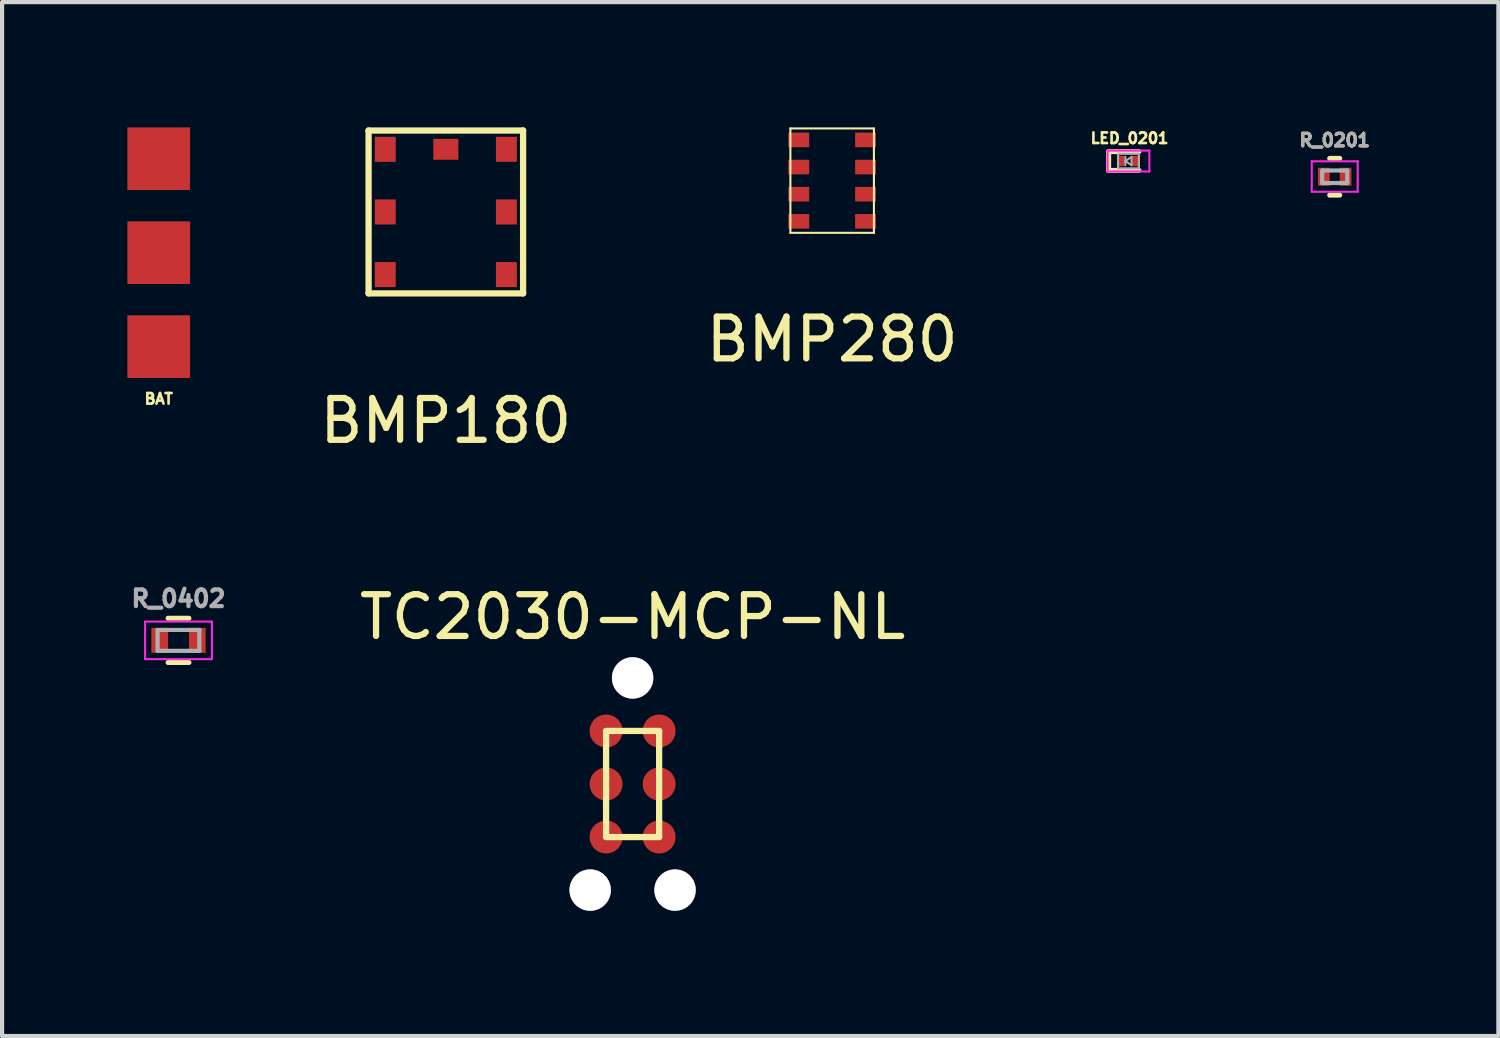
<source format=kicad_pcb>
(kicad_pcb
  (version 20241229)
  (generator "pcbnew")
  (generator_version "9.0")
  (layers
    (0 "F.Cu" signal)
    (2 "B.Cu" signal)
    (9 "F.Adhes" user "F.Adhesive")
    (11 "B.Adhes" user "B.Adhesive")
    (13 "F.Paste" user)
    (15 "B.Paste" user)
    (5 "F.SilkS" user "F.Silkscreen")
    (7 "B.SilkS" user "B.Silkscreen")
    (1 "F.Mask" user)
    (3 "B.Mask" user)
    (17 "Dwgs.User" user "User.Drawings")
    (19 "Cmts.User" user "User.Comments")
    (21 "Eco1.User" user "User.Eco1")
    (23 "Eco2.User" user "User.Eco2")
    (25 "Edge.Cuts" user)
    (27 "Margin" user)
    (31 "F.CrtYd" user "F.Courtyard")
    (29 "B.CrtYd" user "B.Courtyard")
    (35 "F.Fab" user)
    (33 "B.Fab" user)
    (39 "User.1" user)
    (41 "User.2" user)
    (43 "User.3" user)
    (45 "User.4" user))
  (footprint "TC2030-MCP-NL"
    (layer "F.Cu")
    (at 12.097 15.722)
    (property "Reference" "TC2030-MCP-NL" (at 0 -4 0) (layer "F.SilkS") (effects (font (size 1 1) (thickness 0.15))))
    (attr through_hole)
    (fp_line (start -0.635 -1.27) (end 0.635 -1.27) (stroke (width 0.15) (type solid)) (layer "F.SilkS"))
    (fp_line (start -0.635 1.27) (end -0.635 -1.27) (stroke (width 0.15) (type solid)) (layer "F.SilkS"))
    (fp_line (start 0.635 -1.27) (end 0.635 1.27) (stroke (width 0.15) (type solid)) (layer "F.SilkS"))
    (fp_line (start 0.635 1.27) (end -0.635 1.27) (stroke (width 0.15) (type solid)) (layer "F.SilkS"))
    (pad "" thru_hole circle (at -1.016 2.54) (size 0.991 0.991) (drill 0.991) (layers "*.Cu" "*.Mask"))
    (pad "" thru_hole circle (at 0 -2.54) (size 0.991 0.991) (drill 0.991) (layers "*.Cu" "*.Mask"))
    (pad "" thru_hole circle (at 1.016 2.54) (size 0.991 0.991) (drill 0.991) (layers "*.Cu" "*.Mask"))
    (pad "1" smd circle (at -0.635 -1.27) (size 0.787 0.787) (layers "F.Cu" "F.Mask" "F.Paste"))
    (pad "2" smd circle (at 0.635 -1.27) (size 0.787 0.787) (layers "F.Cu" "F.Mask" "F.Paste"))
    (pad "3" smd circle (at -0.635 0) (size 0.787 0.787) (layers "F.Cu" "F.Mask" "F.Paste"))
    (pad "4" smd circle (at 0.635 0) (size 0.787 0.787) (layers "F.Cu" "F.Mask" "F.Paste"))
    (pad "5" smd circle (at -0.635 1.27) (size 0.787 0.787) (layers "F.Cu" "F.Mask" "F.Paste"))
    (pad "6" smd circle (at 0.635 1.27) (size 0.787 0.787) (layers "F.Cu" "F.Mask" "F.Paste")))
  (footprint "R_0201"
    (layer "F.Cu")
    (at 28.908 1.182)
    (property "Reference" "R_0201" (at 0 -0.875 0) (layer "F.SilkS") (effects (font (size 0.3 0.3) (thickness 0.075))))
    (attr smd)
    (fp_line (start -0.12 0.44) (end 0.12 0.44) (stroke (width 0.12) (type solid)) (layer "F.SilkS"))
    (fp_line (start 0.12 -0.44) (end -0.12 -0.44) (stroke (width 0.12) (type solid)) (layer "F.SilkS"))
    (fp_line (start -0.55 -0.37) (end -0.55 0.36) (stroke (width 0.05) (type solid)) (layer "F.CrtYd"))
    (fp_line (start -0.55 -0.37) (end 0.55 -0.37) (stroke (width 0.05) (type solid)) (layer "F.CrtYd"))
    (fp_line (start 0.55 0.36) (end -0.55 0.36) (stroke (width 0.05) (type solid)) (layer "F.CrtYd"))
    (fp_line (start 0.55 0.36) (end 0.55 -0.37) (stroke (width 0.05) (type solid)) (layer "F.CrtYd"))
    (fp_line (start -0.3 -0.15) (end 0.3 -0.15) (stroke (width 0.1) (type solid)) (layer "F.Fab"))
    (fp_line (start -0.3 0.15) (end -0.3 -0.15) (stroke (width 0.1) (type solid)) (layer "F.Fab"))
    (fp_line (start 0.3 -0.15) (end 0.3 0.15) (stroke (width 0.1) (type solid)) (layer "F.Fab"))
    (fp_line (start 0.3 0.15) (end -0.3 0.15) (stroke (width 0.1) (type solid)) (layer "F.Fab"))
    (fp_text user "${REFERENCE}" (at 0 -0.875 0) (layer "F.Fab") (effects (font (size 0.3 0.3) (thickness 0.075))))
    (pad "1" smd rect (at -0.26 0) (size 0.28 0.43) (layers "F.Cu" "F.Mask" "F.Paste"))
    (pad "2" smd rect (at 0.26 0) (size 0.28 0.43) (layers "F.Cu" "F.Mask" "F.Paste")))
  (footprint "LED_0201"
    (layer "F.Cu")
    (at 23.97 0.806)
    (property "Reference" "LED_0201" (at 0.025 -0.546 0) (layer "F.SilkS") (effects (font (size 0.254 0.254) (thickness 0.064))))
    (attr smd)
    (fp_line (start -0.475 -0.225) (end -0.475 0.225) (stroke (width 0.12) (type solid)) (layer "F.SilkS"))
    (fp_line (start -0.475 -0.225) (end 0.25 -0.225) (stroke (width 0.12) (type solid)) (layer "F.SilkS"))
    (fp_line (start -0.475 0.225) (end 0.25 0.225) (stroke (width 0.12) (type solid)) (layer "F.SilkS"))
    (fp_line (start -0.5 -0.25) (end 0.5 -0.25) (stroke (width 0.05) (type solid)) (layer "F.CrtYd"))
    (fp_line (start -0.5 0.25) (end -0.5 -0.25) (stroke (width 0.05) (type solid)) (layer "F.CrtYd"))
    (fp_line (start 0.5 -0.25) (end 0.5 0.25) (stroke (width 0.05) (type solid)) (layer "F.CrtYd"))
    (fp_line (start 0.5 0.25) (end -0.5 0.25) (stroke (width 0.05) (type solid)) (layer "F.CrtYd"))
    (fp_line (start -0.25 -0.175) (end 0.25 -0.175) (stroke (width 0.05) (type solid)) (layer "F.Fab"))
    (fp_line (start -0.25 0.175) (end -0.25 -0.175) (stroke (width 0.05) (type solid)) (layer "F.Fab"))
    (fp_line (start -0.075 -0.1) (end -0.075 0.1) (stroke (width 0.05) (type solid)) (layer "F.Fab"))
    (fp_line (start -0.075 0) (end 0.075 -0.1) (stroke (width 0.05) (type solid)) (layer "F.Fab"))
    (fp_line (start 0.075 -0.1) (end 0.075 0.1) (stroke (width 0.05) (type solid)) (layer "F.Fab"))
    (fp_line (start 0.075 0.1) (end -0.075 0) (stroke (width 0.05) (type solid)) (layer "F.Fab"))
    (fp_line (start 0.25 -0.175) (end 0.25 0.175) (stroke (width 0.05) (type solid)) (layer "F.Fab"))
    (fp_line (start 0.25 0.175) (end -0.25 0.175) (stroke (width 0.05) (type solid)) (layer "F.Fab"))
    (pad "1" smd rect (at -0.188 0 180) (size 0.175 0.25) (layers "F.Cu" "F.Mask" "F.Paste"))
    (pad "2" smd rect (at 0.188 0 180) (size 0.175 0.25) (layers "F.Cu" "F.Mask" "F.Paste")))
  (footprint "R_0402"
    (layer "F.Cu")
    (at 1.224 12.283)
    (property "Reference" "R_0402" (at 0 -1 0) (layer "Eco1.User") (effects (font (size 0.4 0.4) (thickness 0.1))))
    (attr smd)
    (fp_line (start -0.25 0.53) (end 0.25 0.53) (stroke (width 0.12) (type solid)) (layer "F.SilkS"))
    (fp_line (start 0.25 -0.53) (end -0.25 -0.53) (stroke (width 0.12) (type solid)) (layer "F.SilkS"))
    (fp_line (start -0.8 -0.45) (end -0.8 0.45) (stroke (width 0.05) (type solid)) (layer "F.CrtYd"))
    (fp_line (start -0.8 -0.45) (end 0.8 -0.45) (stroke (width 0.05) (type solid)) (layer "F.CrtYd"))
    (fp_line (start 0.8 0.45) (end -0.8 0.45) (stroke (width 0.05) (type solid)) (layer "F.CrtYd"))
    (fp_line (start 0.8 0.45) (end 0.8 -0.45) (stroke (width 0.05) (type solid)) (layer "F.CrtYd"))
    (fp_line (start -0.5 -0.25) (end 0.5 -0.25) (stroke (width 0.1) (type solid)) (layer "F.Fab"))
    (fp_line (start -0.5 0.25) (end -0.5 -0.25) (stroke (width 0.1) (type solid)) (layer "F.Fab"))
    (fp_line (start 0.5 -0.25) (end 0.5 0.25) (stroke (width 0.1) (type solid)) (layer "F.Fab"))
    (fp_line (start 0.5 0.25) (end -0.5 0.25) (stroke (width 0.1) (type solid)) (layer "F.Fab"))
    (fp_text user "${REFERENCE}" (at 0 -1 0) (layer "F.Fab") (effects (font (size 0.4 0.4) (thickness 0.1))))
    (pad "1" smd rect (at -0.45 0) (size 0.4 0.6) (layers "F.Cu" "F.Mask" "F.Paste"))
    (pad "2" smd rect (at 0.45 0) (size 0.4 0.6) (layers "F.Cu" "F.Mask" "F.Paste")))
  (footprint "BAT"
    (layer "F.Cu")
    (at 0.75 3)
    (property "Reference" "BAT" (at 0 3.5 0) (layer "F.SilkS") (effects (font (size 0.254 0.254) (thickness 0.064))))
    (attr through_hole)
    (pad "1" smd rect (at 0 -2.25) (size 1.5 1.5) (layers "F.Cu" "F.Mask" "F.Paste"))
    (pad "2" smd rect (at 0 0) (size 1.5 1.5) (layers "F.Cu" "F.Mask" "F.Paste"))
    (pad "3" smd rect (at 0 2.25) (size 1.5 1.5) (layers "F.Cu" "F.Mask" "F.Paste")))
  (footprint "BMP280"
    (layer "F.Cu")
    (at 16.875 1.275)
    (property "Reference" "BMP280" (at 0 3.8 0) (layer "F.SilkS") (effects (font (size 1 1) (thickness 0.15))))
    (attr through_hole)
    (fp_line (start -1 -1.25) (end 1 -1.25) (stroke (width 0.05) (type solid)) (layer "F.SilkS"))
    (fp_line (start -1 1.25) (end -1 -1.25) (stroke (width 0.05) (type solid)) (layer "F.SilkS"))
    (fp_line (start 1 -1.25) (end 1 1.25) (stroke (width 0.05) (type solid)) (layer "F.SilkS"))
    (fp_line (start 1 1.25) (end -1 1.25) (stroke (width 0.05) (type solid)) (layer "F.SilkS"))
    (pad "1" smd rect (at 0.8 -0.975) (size 0.5 0.35) (layers "F.Cu" "F.Mask" "F.Paste"))
    (pad "2" smd rect (at 0.8 -0.325) (size 0.5 0.35) (layers "F.Cu" "F.Mask" "F.Paste"))
    (pad "3" smd rect (at 0.8 0.325) (size 0.5 0.35) (layers "F.Cu" "F.Mask" "F.Paste"))
    (pad "4" smd rect (at 0.8 0.975) (size 0.5 0.35) (layers "F.Cu" "F.Mask" "F.Paste"))
    (pad "5" smd rect (at -0.8 0.975) (size 0.5 0.35) (layers "F.Cu" "F.Mask" "F.Paste"))
    (pad "6" smd rect (at -0.8 0.325) (size 0.5 0.35) (layers "F.Cu" "F.Mask" "F.Paste"))
    (pad "7" smd rect (at -0.8 -0.325) (size 0.5 0.35) (layers "F.Cu" "F.Mask" "F.Paste"))
    (pad "8" smd rect (at -0.8 -0.975) (size 0.5 0.35) (layers "F.Cu" "F.Mask" "F.Paste")))
  (footprint "BMP180"
    (layer "F.Cu")
    (at 7.625 2.025)
    (property "Reference" "BMP180" (at 0 5 0) (layer "F.SilkS") (effects (font (size 1 1) (thickness 0.15))))
    (attr through_hole)
    (fp_line (start -1.85 -1.95) (end 1.85 -1.95) (stroke (width 0.15) (type solid)) (layer "F.SilkS"))
    (fp_line (start -1.85 1.95) (end -1.85 -1.95) (stroke (width 0.15) (type solid)) (layer "F.SilkS"))
    (fp_line (start 1.85 -1.95) (end 1.85 1.95) (stroke (width 0.15) (type solid)) (layer "F.SilkS"))
    (fp_line (start 1.85 1.95) (end -1.85 1.95) (stroke (width 0.15) (type solid)) (layer "F.SilkS"))
    (pad "1" smd rect (at -1.45 -1.5) (size 0.5 0.6) (layers "F.Cu" "F.Mask" "F.Paste"))
    (pad "2" smd rect (at -1.45 0) (size 0.5 0.6) (layers "F.Cu" "F.Mask" "F.Paste"))
    (pad "3" smd rect (at -1.45 1.5) (size 0.5 0.6) (layers "F.Cu" "F.Mask" "F.Paste"))
    (pad "4" smd rect (at 1.45 1.5) (size 0.5 0.6) (layers "F.Cu" "F.Mask" "F.Paste"))
    (pad "5" smd rect (at 1.45 0) (size 0.5 0.6) (layers "F.Cu" "F.Mask" "F.Paste"))
    (pad "6" smd rect (at 1.45 -1.5) (size 0.5 0.6) (layers "F.Cu" "F.Mask" "F.Paste"))
    (pad "7" smd rect (at 0 -1.5) (size 0.6 0.5) (layers "F.Cu" "F.Mask" "F.Paste")))
  (gr_rect
    (start -3 -3)
    (end 32.827 21.757)
    (stroke (width 0.1) (type default))
    (fill no)
    (layer "Edge.Cuts")))
</source>
